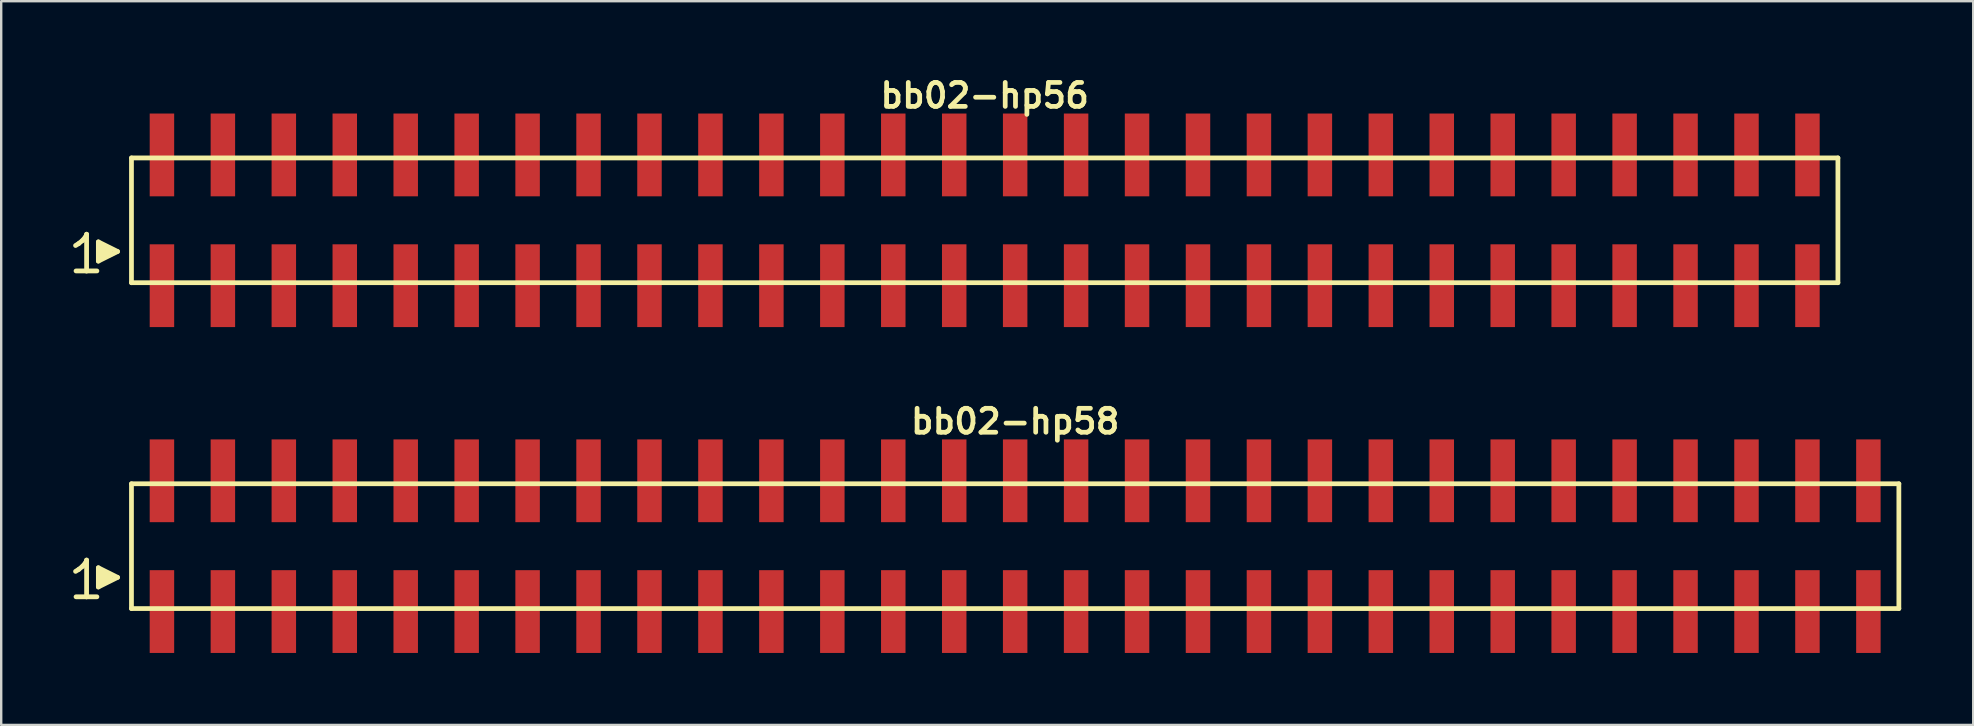
<source format=kicad_pcb>
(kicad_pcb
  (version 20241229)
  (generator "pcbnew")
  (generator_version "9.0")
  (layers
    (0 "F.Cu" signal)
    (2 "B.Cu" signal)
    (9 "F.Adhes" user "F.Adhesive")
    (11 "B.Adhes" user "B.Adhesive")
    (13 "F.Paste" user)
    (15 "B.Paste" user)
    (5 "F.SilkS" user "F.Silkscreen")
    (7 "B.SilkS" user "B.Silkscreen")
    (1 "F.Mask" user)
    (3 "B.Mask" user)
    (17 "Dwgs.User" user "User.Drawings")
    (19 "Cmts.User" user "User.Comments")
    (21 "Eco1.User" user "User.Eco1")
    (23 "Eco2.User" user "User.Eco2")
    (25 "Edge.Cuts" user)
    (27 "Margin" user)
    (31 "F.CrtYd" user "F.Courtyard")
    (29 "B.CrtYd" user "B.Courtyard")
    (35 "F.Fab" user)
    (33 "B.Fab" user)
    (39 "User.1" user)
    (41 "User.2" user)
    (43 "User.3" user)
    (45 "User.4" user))
  (footprint "bb02-hp58"
    (layer "F.Cu")
    (at 39.259 19.713)
    (property "Reference" "bb02-hp58" (at 0 -5.2 0) (layer "F.SilkS") (effects (font (size 0.998 0.998) (thickness 0.198))))
    (attr through_hole)
    (fp_line (start -39.16 1.05) (end -39.03 0.97) (stroke (width 0.198) (type solid)) (layer "F.SilkS"))
    (fp_line (start -39.03 0.97) (end -38.87 0.84) (stroke (width 0.198) (type solid)) (layer "F.SilkS"))
    (fp_line (start -38.87 0.84) (end -38.73 0.67) (stroke (width 0.198) (type solid)) (layer "F.SilkS"))
    (fp_line (start -38.73 0.67) (end -38.7 0.58) (stroke (width 0.198) (type solid)) (layer "F.SilkS"))
    (fp_line (start -38.7 0.58) (end -38.7 2.11) (stroke (width 0.198) (type solid)) (layer "F.SilkS"))
    (fp_line (start -38.7 2.11) (end -39.14 2.11) (stroke (width 0.198) (type solid)) (layer "F.SilkS"))
    (fp_line (start -38.27 2.11) (end -38.71 2.11) (stroke (width 0.198) (type solid)) (layer "F.SilkS"))
    (fp_line (start -38.21 0.9) (end -37.41 1.3) (stroke (width 0.198) (type solid)) (layer "F.SilkS"))
    (fp_line (start -38.21 1.7) (end -38.21 0.9) (stroke (width 0.198) (type solid)) (layer "F.SilkS"))
    (fp_line (start -38.11 1.6) (end -38.11 1) (stroke (width 0.198) (type solid)) (layer "F.SilkS"))
    (fp_line (start -38.01 1.1) (end -38.01 1.5) (stroke (width 0.198) (type solid)) (layer "F.SilkS"))
    (fp_line (start -37.91 1.5) (end -37.91 1.1) (stroke (width 0.198) (type solid)) (layer "F.SilkS"))
    (fp_line (start -37.81 1.2) (end -37.81 1.4) (stroke (width 0.198) (type solid)) (layer "F.SilkS"))
    (fp_line (start -37.71 1.4) (end -37.71 1.2) (stroke (width 0.198) (type solid)) (layer "F.SilkS"))
    (fp_line (start -37.41 1.3) (end -38.21 1.7) (stroke (width 0.198) (type solid)) (layer "F.SilkS"))
    (fp_line (start -36.83 -2.6) (end -36.83 2.6) (stroke (width 0.198) (type solid)) (layer "F.SilkS"))
    (fp_line (start -36.83 -2.6) (end 36.83 -2.6) (stroke (width 0.198) (type solid)) (layer "F.SilkS"))
    (fp_line (start 36.83 2.6) (end -36.83 2.6) (stroke (width 0.198) (type solid)) (layer "F.SilkS"))
    (fp_line (start 36.83 2.6) (end 36.83 -2.6) (stroke (width 0.198) (type solid)) (layer "F.SilkS"))
    (pad "1" smd rect (at -35.56 2.725) (size 1.02 3.45) (layers "F.Cu" "F.Mask" "F.Paste"))
    (pad "2" smd rect (at -35.56 -2.725) (size 1.02 3.45) (layers "F.Cu" "F.Mask" "F.Paste"))
    (pad "3" smd rect (at -33.02 2.725) (size 1.02 3.45) (layers "F.Cu" "F.Mask" "F.Paste"))
    (pad "4" smd rect (at -33.02 -2.725) (size 1.02 3.45) (layers "F.Cu" "F.Mask" "F.Paste"))
    (pad "5" smd rect (at -30.48 2.725) (size 1.02 3.45) (layers "F.Cu" "F.Mask" "F.Paste"))
    (pad "6" smd rect (at -30.48 -2.725) (size 1.02 3.45) (layers "F.Cu" "F.Mask" "F.Paste"))
    (pad "7" smd rect (at -27.94 2.725) (size 1.02 3.45) (layers "F.Cu" "F.Mask" "F.Paste"))
    (pad "8" smd rect (at -27.94 -2.725) (size 1.02 3.45) (layers "F.Cu" "F.Mask" "F.Paste"))
    (pad "9" smd rect (at -25.4 2.725) (size 1.02 3.45) (layers "F.Cu" "F.Mask" "F.Paste"))
    (pad "10" smd rect (at -25.4 -2.725) (size 1.02 3.45) (layers "F.Cu" "F.Mask" "F.Paste"))
    (pad "11" smd rect (at -22.86 2.725) (size 1.02 3.45) (layers "F.Cu" "F.Mask" "F.Paste"))
    (pad "12" smd rect (at -22.86 -2.725) (size 1.02 3.45) (layers "F.Cu" "F.Mask" "F.Paste"))
    (pad "13" smd rect (at -20.32 2.725) (size 1.02 3.45) (layers "F.Cu" "F.Mask" "F.Paste"))
    (pad "14" smd rect (at -20.32 -2.725) (size 1.02 3.45) (layers "F.Cu" "F.Mask" "F.Paste"))
    (pad "15" smd rect (at -17.78 2.725) (size 1.02 3.45) (layers "F.Cu" "F.Mask" "F.Paste"))
    (pad "16" smd rect (at -17.78 -2.725) (size 1.02 3.45) (layers "F.Cu" "F.Mask" "F.Paste"))
    (pad "17" smd rect (at -15.24 2.725) (size 1.02 3.45) (layers "F.Cu" "F.Mask" "F.Paste"))
    (pad "18" smd rect (at -15.24 -2.725) (size 1.02 3.45) (layers "F.Cu" "F.Mask" "F.Paste"))
    (pad "19" smd rect (at -12.7 2.725) (size 1.02 3.45) (layers "F.Cu" "F.Mask" "F.Paste"))
    (pad "20" smd rect (at -12.7 -2.725) (size 1.02 3.45) (layers "F.Cu" "F.Mask" "F.Paste"))
    (pad "21" smd rect (at -10.16 2.725) (size 1.02 3.45) (layers "F.Cu" "F.Mask" "F.Paste"))
    (pad "22" smd rect (at -10.16 -2.725) (size 1.02 3.45) (layers "F.Cu" "F.Mask" "F.Paste"))
    (pad "23" smd rect (at -7.62 2.725) (size 1.02 3.45) (layers "F.Cu" "F.Mask" "F.Paste"))
    (pad "24" smd rect (at -7.62 -2.725) (size 1.02 3.45) (layers "F.Cu" "F.Mask" "F.Paste"))
    (pad "25" smd rect (at -5.08 2.725) (size 1.02 3.45) (layers "F.Cu" "F.Mask" "F.Paste"))
    (pad "26" smd rect (at -5.08 -2.725) (size 1.02 3.45) (layers "F.Cu" "F.Mask" "F.Paste"))
    (pad "27" smd rect (at -2.54 2.725) (size 1.02 3.45) (layers "F.Cu" "F.Mask" "F.Paste"))
    (pad "28" smd rect (at -2.54 -2.725) (size 1.02 3.45) (layers "F.Cu" "F.Mask" "F.Paste"))
    (pad "29" smd rect (at 0 2.725) (size 1.02 3.45) (layers "F.Cu" "F.Mask" "F.Paste"))
    (pad "30" smd rect (at 0 -2.725) (size 1.02 3.45) (layers "F.Cu" "F.Mask" "F.Paste"))
    (pad "31" smd rect (at 2.54 2.725) (size 1.02 3.45) (layers "F.Cu" "F.Mask" "F.Paste"))
    (pad "32" smd rect (at 2.54 -2.725) (size 1.02 3.45) (layers "F.Cu" "F.Mask" "F.Paste"))
    (pad "33" smd rect (at 5.08 2.725) (size 1.02 3.45) (layers "F.Cu" "F.Mask" "F.Paste"))
    (pad "34" smd rect (at 5.08 -2.725) (size 1.02 3.45) (layers "F.Cu" "F.Mask" "F.Paste"))
    (pad "35" smd rect (at 7.62 2.725) (size 1.02 3.45) (layers "F.Cu" "F.Mask" "F.Paste"))
    (pad "36" smd rect (at 7.62 -2.725) (size 1.02 3.45) (layers "F.Cu" "F.Mask" "F.Paste"))
    (pad "37" smd rect (at 10.16 2.725) (size 1.02 3.45) (layers "F.Cu" "F.Mask" "F.Paste"))
    (pad "38" smd rect (at 10.16 -2.725) (size 1.02 3.45) (layers "F.Cu" "F.Mask" "F.Paste"))
    (pad "39" smd rect (at 12.7 2.725) (size 1.02 3.45) (layers "F.Cu" "F.Mask" "F.Paste"))
    (pad "40" smd rect (at 12.7 -2.725) (size 1.02 3.45) (layers "F.Cu" "F.Mask" "F.Paste"))
    (pad "41" smd rect (at 15.24 2.725) (size 1.02 3.45) (layers "F.Cu" "F.Mask" "F.Paste"))
    (pad "42" smd rect (at 15.24 -2.725) (size 1.02 3.45) (layers "F.Cu" "F.Mask" "F.Paste"))
    (pad "43" smd rect (at 17.78 2.725) (size 1.02 3.45) (layers "F.Cu" "F.Mask" "F.Paste"))
    (pad "44" smd rect (at 17.78 -2.725) (size 1.02 3.45) (layers "F.Cu" "F.Mask" "F.Paste"))
    (pad "45" smd rect (at 20.32 2.725) (size 1.02 3.45) (layers "F.Cu" "F.Mask" "F.Paste"))
    (pad "46" smd rect (at 20.32 -2.725) (size 1.02 3.45) (layers "F.Cu" "F.Mask" "F.Paste"))
    (pad "47" smd rect (at 22.86 2.725) (size 1.02 3.45) (layers "F.Cu" "F.Mask" "F.Paste"))
    (pad "48" smd rect (at 22.86 -2.725) (size 1.02 3.45) (layers "F.Cu" "F.Mask" "F.Paste"))
    (pad "49" smd rect (at 25.4 2.725) (size 1.02 3.45) (layers "F.Cu" "F.Mask" "F.Paste"))
    (pad "50" smd rect (at 25.4 -2.725) (size 1.02 3.45) (layers "F.Cu" "F.Mask" "F.Paste"))
    (pad "51" smd rect (at 27.94 2.725) (size 1.02 3.45) (layers "F.Cu" "F.Mask" "F.Paste"))
    (pad "52" smd rect (at 27.94 -2.725) (size 1.02 3.45) (layers "F.Cu" "F.Mask" "F.Paste"))
    (pad "53" smd rect (at 30.48 2.725) (size 1.02 3.45) (layers "F.Cu" "F.Mask" "F.Paste"))
    (pad "54" smd rect (at 30.48 -2.725) (size 1.02 3.45) (layers "F.Cu" "F.Mask" "F.Paste"))
    (pad "55" smd rect (at 33.02 2.725) (size 1.02 3.45) (layers "F.Cu" "F.Mask" "F.Paste"))
    (pad "56" smd rect (at 33.02 -2.725) (size 1.02 3.45) (layers "F.Cu" "F.Mask" "F.Paste"))
    (pad "57" smd rect (at 35.56 2.725) (size 1.02 3.45) (layers "F.Cu" "F.Mask" "F.Paste"))
    (pad "58" smd rect (at 35.56 -2.725) (size 1.02 3.45) (layers "F.Cu" "F.Mask" "F.Paste")))
  (footprint "bb02-hp56"
    (layer "F.Cu")
    (at 37.989 6.132)
    (property "Reference" "bb02-hp56" (at 0 -5.2 0) (layer "F.SilkS") (effects (font (size 0.998 0.998) (thickness 0.198))))
    (attr through_hole)
    (fp_line (start -37.89 1.05) (end -37.76 0.97) (stroke (width 0.198) (type solid)) (layer "F.SilkS"))
    (fp_line (start -37.76 0.97) (end -37.6 0.84) (stroke (width 0.198) (type solid)) (layer "F.SilkS"))
    (fp_line (start -37.6 0.84) (end -37.46 0.67) (stroke (width 0.198) (type solid)) (layer "F.SilkS"))
    (fp_line (start -37.46 0.67) (end -37.43 0.58) (stroke (width 0.198) (type solid)) (layer "F.SilkS"))
    (fp_line (start -37.43 0.58) (end -37.43 2.11) (stroke (width 0.198) (type solid)) (layer "F.SilkS"))
    (fp_line (start -37.43 2.11) (end -37.87 2.11) (stroke (width 0.198) (type solid)) (layer "F.SilkS"))
    (fp_line (start -37 2.11) (end -37.44 2.11) (stroke (width 0.198) (type solid)) (layer "F.SilkS"))
    (fp_line (start -36.94 0.9) (end -36.14 1.3) (stroke (width 0.198) (type solid)) (layer "F.SilkS"))
    (fp_line (start -36.94 1.7) (end -36.94 0.9) (stroke (width 0.198) (type solid)) (layer "F.SilkS"))
    (fp_line (start -36.84 1.6) (end -36.84 1) (stroke (width 0.198) (type solid)) (layer "F.SilkS"))
    (fp_line (start -36.74 1.1) (end -36.74 1.5) (stroke (width 0.198) (type solid)) (layer "F.SilkS"))
    (fp_line (start -36.64 1.5) (end -36.64 1.1) (stroke (width 0.198) (type solid)) (layer "F.SilkS"))
    (fp_line (start -36.54 1.2) (end -36.54 1.4) (stroke (width 0.198) (type solid)) (layer "F.SilkS"))
    (fp_line (start -36.44 1.4) (end -36.44 1.2) (stroke (width 0.198) (type solid)) (layer "F.SilkS"))
    (fp_line (start -36.14 1.3) (end -36.94 1.7) (stroke (width 0.198) (type solid)) (layer "F.SilkS"))
    (fp_line (start -35.56 -2.6) (end -35.56 2.6) (stroke (width 0.198) (type solid)) (layer "F.SilkS"))
    (fp_line (start -35.56 -2.6) (end 35.56 -2.6) (stroke (width 0.198) (type solid)) (layer "F.SilkS"))
    (fp_line (start 35.56 2.6) (end -35.56 2.6) (stroke (width 0.198) (type solid)) (layer "F.SilkS"))
    (fp_line (start 35.56 2.6) (end 35.56 -2.6) (stroke (width 0.198) (type solid)) (layer "F.SilkS"))
    (pad "1" smd rect (at -34.29 2.725) (size 1.02 3.45) (layers "F.Cu" "F.Mask" "F.Paste"))
    (pad "2" smd rect (at -34.29 -2.725) (size 1.02 3.45) (layers "F.Cu" "F.Mask" "F.Paste"))
    (pad "3" smd rect (at -31.75 2.725) (size 1.02 3.45) (layers "F.Cu" "F.Mask" "F.Paste"))
    (pad "4" smd rect (at -31.75 -2.725) (size 1.02 3.45) (layers "F.Cu" "F.Mask" "F.Paste"))
    (pad "5" smd rect (at -29.21 2.725) (size 1.02 3.45) (layers "F.Cu" "F.Mask" "F.Paste"))
    (pad "6" smd rect (at -29.21 -2.725) (size 1.02 3.45) (layers "F.Cu" "F.Mask" "F.Paste"))
    (pad "7" smd rect (at -26.67 2.725) (size 1.02 3.45) (layers "F.Cu" "F.Mask" "F.Paste"))
    (pad "8" smd rect (at -26.67 -2.725) (size 1.02 3.45) (layers "F.Cu" "F.Mask" "F.Paste"))
    (pad "9" smd rect (at -24.13 2.725) (size 1.02 3.45) (layers "F.Cu" "F.Mask" "F.Paste"))
    (pad "10" smd rect (at -24.13 -2.725) (size 1.02 3.45) (layers "F.Cu" "F.Mask" "F.Paste"))
    (pad "11" smd rect (at -21.59 2.725) (size 1.02 3.45) (layers "F.Cu" "F.Mask" "F.Paste"))
    (pad "12" smd rect (at -21.59 -2.725) (size 1.02 3.45) (layers "F.Cu" "F.Mask" "F.Paste"))
    (pad "13" smd rect (at -19.05 2.725) (size 1.02 3.45) (layers "F.Cu" "F.Mask" "F.Paste"))
    (pad "14" smd rect (at -19.05 -2.725) (size 1.02 3.45) (layers "F.Cu" "F.Mask" "F.Paste"))
    (pad "15" smd rect (at -16.51 2.725) (size 1.02 3.45) (layers "F.Cu" "F.Mask" "F.Paste"))
    (pad "16" smd rect (at -16.51 -2.725) (size 1.02 3.45) (layers "F.Cu" "F.Mask" "F.Paste"))
    (pad "17" smd rect (at -13.97 2.725) (size 1.02 3.45) (layers "F.Cu" "F.Mask" "F.Paste"))
    (pad "18" smd rect (at -13.97 -2.725) (size 1.02 3.45) (layers "F.Cu" "F.Mask" "F.Paste"))
    (pad "19" smd rect (at -11.43 2.725) (size 1.02 3.45) (layers "F.Cu" "F.Mask" "F.Paste"))
    (pad "20" smd rect (at -11.43 -2.725) (size 1.02 3.45) (layers "F.Cu" "F.Mask" "F.Paste"))
    (pad "21" smd rect (at -8.89 2.725) (size 1.02 3.45) (layers "F.Cu" "F.Mask" "F.Paste"))
    (pad "22" smd rect (at -8.89 -2.725) (size 1.02 3.45) (layers "F.Cu" "F.Mask" "F.Paste"))
    (pad "23" smd rect (at -6.35 2.725) (size 1.02 3.45) (layers "F.Cu" "F.Mask" "F.Paste"))
    (pad "24" smd rect (at -6.35 -2.725) (size 1.02 3.45) (layers "F.Cu" "F.Mask" "F.Paste"))
    (pad "25" smd rect (at -3.81 2.725) (size 1.02 3.45) (layers "F.Cu" "F.Mask" "F.Paste"))
    (pad "26" smd rect (at -3.81 -2.725) (size 1.02 3.45) (layers "F.Cu" "F.Mask" "F.Paste"))
    (pad "27" smd rect (at -1.27 2.725) (size 1.02 3.45) (layers "F.Cu" "F.Mask" "F.Paste"))
    (pad "28" smd rect (at -1.27 -2.725) (size 1.02 3.45) (layers "F.Cu" "F.Mask" "F.Paste"))
    (pad "29" smd rect (at 1.27 2.725) (size 1.02 3.45) (layers "F.Cu" "F.Mask" "F.Paste"))
    (pad "30" smd rect (at 1.27 -2.725) (size 1.02 3.45) (layers "F.Cu" "F.Mask" "F.Paste"))
    (pad "31" smd rect (at 3.81 2.725) (size 1.02 3.45) (layers "F.Cu" "F.Mask" "F.Paste"))
    (pad "32" smd rect (at 3.81 -2.725) (size 1.02 3.45) (layers "F.Cu" "F.Mask" "F.Paste"))
    (pad "33" smd rect (at 6.35 2.725) (size 1.02 3.45) (layers "F.Cu" "F.Mask" "F.Paste"))
    (pad "34" smd rect (at 6.35 -2.725) (size 1.02 3.45) (layers "F.Cu" "F.Mask" "F.Paste"))
    (pad "35" smd rect (at 8.89 2.725) (size 1.02 3.45) (layers "F.Cu" "F.Mask" "F.Paste"))
    (pad "36" smd rect (at 8.89 -2.725) (size 1.02 3.45) (layers "F.Cu" "F.Mask" "F.Paste"))
    (pad "37" smd rect (at 11.43 2.725) (size 1.02 3.45) (layers "F.Cu" "F.Mask" "F.Paste"))
    (pad "38" smd rect (at 11.43 -2.725) (size 1.02 3.45) (layers "F.Cu" "F.Mask" "F.Paste"))
    (pad "39" smd rect (at 13.97 2.725) (size 1.02 3.45) (layers "F.Cu" "F.Mask" "F.Paste"))
    (pad "40" smd rect (at 13.97 -2.725) (size 1.02 3.45) (layers "F.Cu" "F.Mask" "F.Paste"))
    (pad "41" smd rect (at 16.51 2.725) (size 1.02 3.45) (layers "F.Cu" "F.Mask" "F.Paste"))
    (pad "42" smd rect (at 16.51 -2.725) (size 1.02 3.45) (layers "F.Cu" "F.Mask" "F.Paste"))
    (pad "43" smd rect (at 19.05 2.725) (size 1.02 3.45) (layers "F.Cu" "F.Mask" "F.Paste"))
    (pad "44" smd rect (at 19.05 -2.725) (size 1.02 3.45) (layers "F.Cu" "F.Mask" "F.Paste"))
    (pad "45" smd rect (at 21.59 2.725) (size 1.02 3.45) (layers "F.Cu" "F.Mask" "F.Paste"))
    (pad "46" smd rect (at 21.59 -2.725) (size 1.02 3.45) (layers "F.Cu" "F.Mask" "F.Paste"))
    (pad "47" smd rect (at 24.13 2.725) (size 1.02 3.45) (layers "F.Cu" "F.Mask" "F.Paste"))
    (pad "48" smd rect (at 24.13 -2.725) (size 1.02 3.45) (layers "F.Cu" "F.Mask" "F.Paste"))
    (pad "49" smd rect (at 26.67 2.725) (size 1.02 3.45) (layers "F.Cu" "F.Mask" "F.Paste"))
    (pad "50" smd rect (at 26.67 -2.725) (size 1.02 3.45) (layers "F.Cu" "F.Mask" "F.Paste"))
    (pad "51" smd rect (at 29.21 2.725) (size 1.02 3.45) (layers "F.Cu" "F.Mask" "F.Paste"))
    (pad "52" smd rect (at 29.21 -2.725) (size 1.02 3.45) (layers "F.Cu" "F.Mask" "F.Paste"))
    (pad "53" smd rect (at 31.75 2.725) (size 1.02 3.45) (layers "F.Cu" "F.Mask" "F.Paste"))
    (pad "54" smd rect (at 31.75 -2.725) (size 1.02 3.45) (layers "F.Cu" "F.Mask" "F.Paste"))
    (pad "55" smd rect (at 34.29 2.725) (size 1.02 3.45) (layers "F.Cu" "F.Mask" "F.Paste"))
    (pad "56" smd rect (at 34.29 -2.725) (size 1.02 3.45) (layers "F.Cu" "F.Mask" "F.Paste")))
  (gr_rect
    (start -3 -3)
    (end 79.188 27.163)
    (stroke (width 0.1) (type default))
    (fill no)
    (layer "Edge.Cuts")))
</source>
